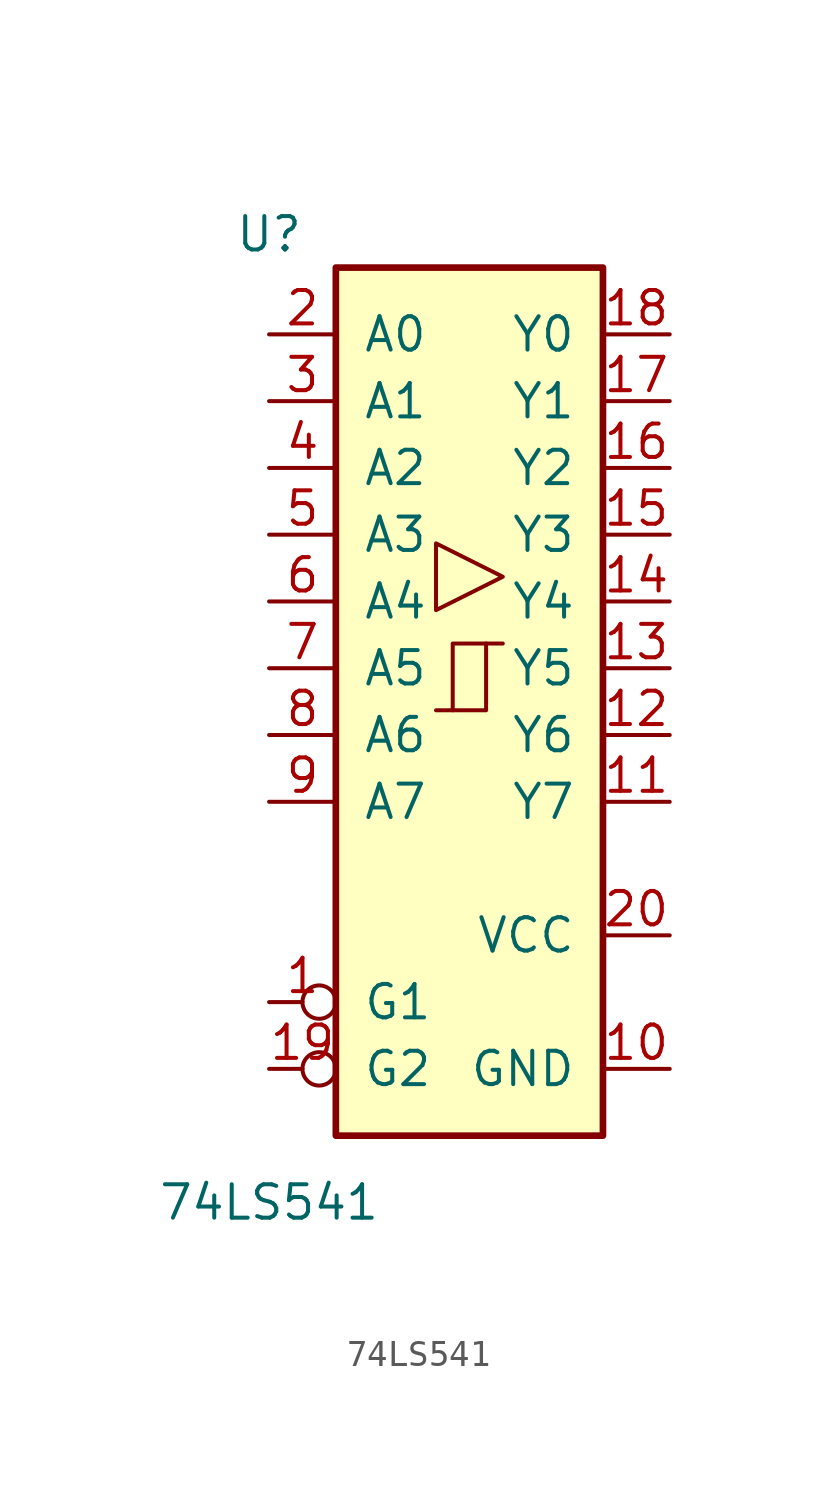
<source format=kicad_sym>
(kicad_symbol_lib
  (version 20211014)
  (generator kicad_symbol_editor)
  (symbol "74LS541"
    (pin_names
      (offset 1.016))
    (property "Reference" "U"
      (at -7.62 16.51 0)
      (effects (font (size 1.27 1.27))))
    (property "Value" "74LS541"
      (at -7.62 -20.32 0)
      (effects (font (size 1.27 1.27))))
    (symbol "74LS541_1_0"
      (polyline (pts (xy -0.635 -1.6) (xy -0.635 0.94) (xy 0.635 0.94)) (stroke (width 0) (type default) (color 0 0 0 0)) (fill (type none)))
      (polyline (pts (xy -1.27 -1.6) (xy 0.635 -1.6) (xy 0.635 0.94) (xy 1.27 0.94)) (stroke (width 0) (type default) (color 0 0 0 0)) (fill (type none)))
      (polyline (pts (xy 1.27 3.48) (xy -1.27 4.75) (xy -1.27 2.21) (xy 1.27 3.48)) (stroke (width 0.152) (type default) (color 0 0 0 0)) (fill (type none)))
      (pin input inverted (at -7.62 -12.7 0) (length 2.54) (name "G1" (effects (font (size 1.27 1.27)))) (number "1" (effects (font (size 1.27 1.27)))))
      (pin power_in line (at 7.62 -15.24 180) (length 2.54) (name "GND" (effects (font (size 1.27 1.27)))) (number "10" (effects (font (size 1.27 1.27)))))
      (pin tri_state line (at 7.62 -5.08 180) (length 2.54) (name "Y7" (effects (font (size 1.27 1.27)))) (number "11" (effects (font (size 1.27 1.27)))))
      (pin tri_state line (at 7.62 -2.54 180) (length 2.54) (name "Y6" (effects (font (size 1.27 1.27)))) (number "12" (effects (font (size 1.27 1.27)))))
      (pin tri_state line (at 7.62 0 180) (length 2.54) (name "Y5" (effects (font (size 1.27 1.27)))) (number "13" (effects (font (size 1.27 1.27)))))
      (pin tri_state line (at 7.62 2.54 180) (length 2.54) (name "Y4" (effects (font (size 1.27 1.27)))) (number "14" (effects (font (size 1.27 1.27)))))
      (pin tri_state line (at 7.62 5.08 180) (length 2.54) (name "Y3" (effects (font (size 1.27 1.27)))) (number "15" (effects (font (size 1.27 1.27)))))
      (pin tri_state line (at 7.62 7.62 180) (length 2.54) (name "Y2" (effects (font (size 1.27 1.27)))) (number "16" (effects (font (size 1.27 1.27)))))
      (pin tri_state line (at 7.62 10.16 180) (length 2.54) (name "Y1" (effects (font (size 1.27 1.27)))) (number "17" (effects (font (size 1.27 1.27)))))
      (pin tri_state line (at 7.62 12.7 180) (length 2.54) (name "Y0" (effects (font (size 1.27 1.27)))) (number "18" (effects (font (size 1.27 1.27)))))
      (pin input inverted (at -7.62 -15.24 0) (length 2.54) (name "G2" (effects (font (size 1.27 1.27)))) (number "19" (effects (font (size 1.27 1.27)))))
      (pin input line (at -7.62 12.7 0) (length 2.54) (name "A0" (effects (font (size 1.27 1.27)))) (number "2" (effects (font (size 1.27 1.27)))))
      (pin power_in line (at 7.62 -10.16 180) (length 2.54) (name "VCC" (effects (font (size 1.27 1.27)))) (number "20" (effects (font (size 1.27 1.27)))))
      (pin input line (at -7.62 10.16 0) (length 2.54) (name "A1" (effects (font (size 1.27 1.27)))) (number "3" (effects (font (size 1.27 1.27)))))
      (pin input line (at -7.62 7.62 0) (length 2.54) (name "A2" (effects (font (size 1.27 1.27)))) (number "4" (effects (font (size 1.27 1.27)))))
      (pin input line (at -7.62 5.08 0) (length 2.54) (name "A3" (effects (font (size 1.27 1.27)))) (number "5" (effects (font (size 1.27 1.27)))))
      (pin input line (at -7.62 2.54 0) (length 2.54) (name "A4" (effects (font (size 1.27 1.27)))) (number "6" (effects (font (size 1.27 1.27)))))
      (pin input line (at -7.62 0 0) (length 2.54) (name "A5" (effects (font (size 1.27 1.27)))) (number "7" (effects (font (size 1.27 1.27)))))
      (pin input line (at -7.62 -2.54 0) (length 2.54) (name "A6" (effects (font (size 1.27 1.27)))) (number "8" (effects (font (size 1.27 1.27)))))
      (pin input line (at -7.62 -5.08 0) (length 2.54) (name "A7" (effects (font (size 1.27 1.27)))) (number "9" (effects (font (size 1.27 1.27))))))
    (symbol "74LS541_1_1"
      (rectangle (start -5.08 15.24) (end 5.08 -17.78) (stroke (width 0.254) (type default) (color 0 0 0 0)) (fill (type background))))))
</source>
